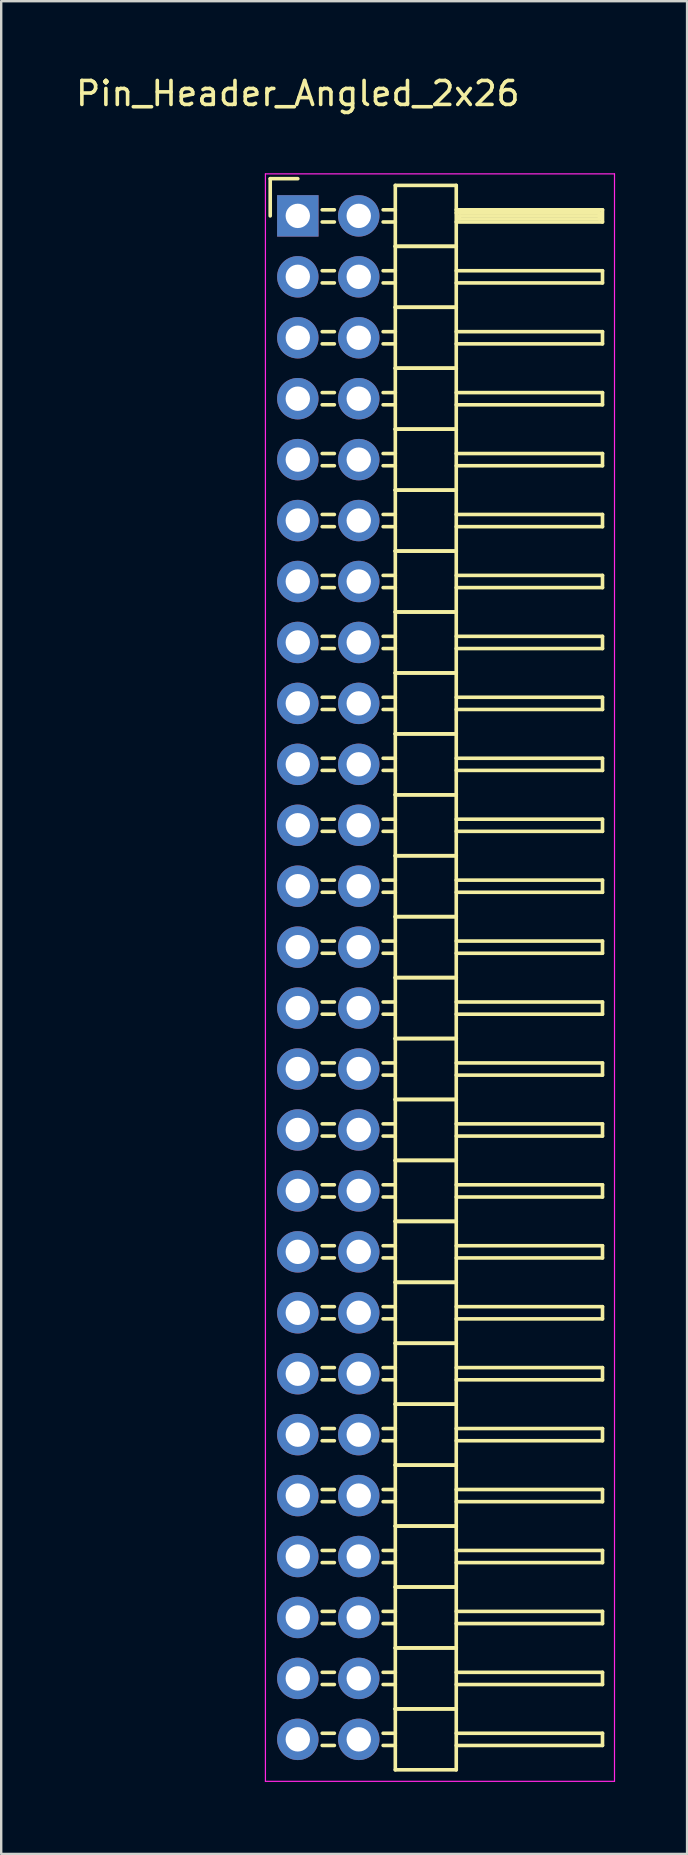
<source format=kicad_pcb>
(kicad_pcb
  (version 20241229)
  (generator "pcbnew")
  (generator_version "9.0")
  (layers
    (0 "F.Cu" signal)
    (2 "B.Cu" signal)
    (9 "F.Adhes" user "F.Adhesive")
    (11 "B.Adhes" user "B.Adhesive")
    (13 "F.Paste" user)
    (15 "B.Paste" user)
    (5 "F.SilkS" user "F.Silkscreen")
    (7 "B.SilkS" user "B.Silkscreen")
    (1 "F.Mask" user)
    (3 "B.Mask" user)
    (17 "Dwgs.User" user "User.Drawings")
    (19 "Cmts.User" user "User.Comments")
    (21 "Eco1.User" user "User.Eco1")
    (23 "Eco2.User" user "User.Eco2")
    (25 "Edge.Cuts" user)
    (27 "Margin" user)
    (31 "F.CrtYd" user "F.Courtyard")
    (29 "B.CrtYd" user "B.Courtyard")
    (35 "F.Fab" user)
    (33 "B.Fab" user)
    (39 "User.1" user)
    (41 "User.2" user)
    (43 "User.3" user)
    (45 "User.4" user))
  (footprint "Pin_Header_Angled_2x26"
    (layer "F.Cu")
    (at 9.363 5.948)
    (property "Reference" "Pin_Header_Angled_2x26" (at 0 -5.1 0) (layer "F.SilkS") (effects (font (size 1 1) (thickness 0.15))))
    (attr through_hole)
    (fp_line (start -1.15 -1.55) (end -1.15 0) (stroke (width 0.15) (type solid)) (layer "F.SilkS"))
    (fp_line (start 0 -1.55) (end -1.15 -1.55) (stroke (width 0.15) (type solid)) (layer "F.SilkS"))
    (fp_line (start 1.524 -0.254) (end 1.016 -0.254) (stroke (width 0.15) (type solid)) (layer "F.SilkS"))
    (fp_line (start 1.524 0.254) (end 1.016 0.254) (stroke (width 0.15) (type solid)) (layer "F.SilkS"))
    (fp_line (start 1.524 2.286) (end 1.016 2.286) (stroke (width 0.15) (type solid)) (layer "F.SilkS"))
    (fp_line (start 1.524 2.794) (end 1.016 2.794) (stroke (width 0.15) (type solid)) (layer "F.SilkS"))
    (fp_line (start 1.524 4.826) (end 1.016 4.826) (stroke (width 0.15) (type solid)) (layer "F.SilkS"))
    (fp_line (start 1.524 5.334) (end 1.016 5.334) (stroke (width 0.15) (type solid)) (layer "F.SilkS"))
    (fp_line (start 1.524 7.366) (end 1.016 7.366) (stroke (width 0.15) (type solid)) (layer "F.SilkS"))
    (fp_line (start 1.524 7.874) (end 1.016 7.874) (stroke (width 0.15) (type solid)) (layer "F.SilkS"))
    (fp_line (start 1.524 9.906) (end 1.016 9.906) (stroke (width 0.15) (type solid)) (layer "F.SilkS"))
    (fp_line (start 1.524 10.414) (end 1.016 10.414) (stroke (width 0.15) (type solid)) (layer "F.SilkS"))
    (fp_line (start 1.524 12.446) (end 1.016 12.446) (stroke (width 0.15) (type solid)) (layer "F.SilkS"))
    (fp_line (start 1.524 12.954) (end 1.016 12.954) (stroke (width 0.15) (type solid)) (layer "F.SilkS"))
    (fp_line (start 1.524 14.986) (end 1.016 14.986) (stroke (width 0.15) (type solid)) (layer "F.SilkS"))
    (fp_line (start 1.524 15.494) (end 1.016 15.494) (stroke (width 0.15) (type solid)) (layer "F.SilkS"))
    (fp_line (start 1.524 17.526) (end 1.016 17.526) (stroke (width 0.15) (type solid)) (layer "F.SilkS"))
    (fp_line (start 1.524 18.034) (end 1.016 18.034) (stroke (width 0.15) (type solid)) (layer "F.SilkS"))
    (fp_line (start 1.524 20.066) (end 1.016 20.066) (stroke (width 0.15) (type solid)) (layer "F.SilkS"))
    (fp_line (start 1.524 20.574) (end 1.016 20.574) (stroke (width 0.15) (type solid)) (layer "F.SilkS"))
    (fp_line (start 1.524 22.606) (end 1.016 22.606) (stroke (width 0.15) (type solid)) (layer "F.SilkS"))
    (fp_line (start 1.524 23.114) (end 1.016 23.114) (stroke (width 0.15) (type solid)) (layer "F.SilkS"))
    (fp_line (start 1.524 25.146) (end 1.016 25.146) (stroke (width 0.15) (type solid)) (layer "F.SilkS"))
    (fp_line (start 1.524 25.654) (end 1.016 25.654) (stroke (width 0.15) (type solid)) (layer "F.SilkS"))
    (fp_line (start 1.524 27.686) (end 1.016 27.686) (stroke (width 0.15) (type solid)) (layer "F.SilkS"))
    (fp_line (start 1.524 28.194) (end 1.016 28.194) (stroke (width 0.15) (type solid)) (layer "F.SilkS"))
    (fp_line (start 1.524 30.226) (end 1.016 30.226) (stroke (width 0.15) (type solid)) (layer "F.SilkS"))
    (fp_line (start 1.524 30.734) (end 1.016 30.734) (stroke (width 0.15) (type solid)) (layer "F.SilkS"))
    (fp_line (start 1.524 32.766) (end 1.016 32.766) (stroke (width 0.15) (type solid)) (layer "F.SilkS"))
    (fp_line (start 1.524 33.274) (end 1.016 33.274) (stroke (width 0.15) (type solid)) (layer "F.SilkS"))
    (fp_line (start 1.524 35.306) (end 1.016 35.306) (stroke (width 0.15) (type solid)) (layer "F.SilkS"))
    (fp_line (start 1.524 35.814) (end 1.016 35.814) (stroke (width 0.15) (type solid)) (layer "F.SilkS"))
    (fp_line (start 1.524 37.846) (end 1.016 37.846) (stroke (width 0.15) (type solid)) (layer "F.SilkS"))
    (fp_line (start 1.524 38.354) (end 1.016 38.354) (stroke (width 0.15) (type solid)) (layer "F.SilkS"))
    (fp_line (start 1.524 40.386) (end 1.016 40.386) (stroke (width 0.15) (type solid)) (layer "F.SilkS"))
    (fp_line (start 1.524 40.894) (end 1.016 40.894) (stroke (width 0.15) (type solid)) (layer "F.SilkS"))
    (fp_line (start 1.524 42.926) (end 1.016 42.926) (stroke (width 0.15) (type solid)) (layer "F.SilkS"))
    (fp_line (start 1.524 43.434) (end 1.016 43.434) (stroke (width 0.15) (type solid)) (layer "F.SilkS"))
    (fp_line (start 1.524 45.466) (end 1.016 45.466) (stroke (width 0.15) (type solid)) (layer "F.SilkS"))
    (fp_line (start 1.524 45.974) (end 1.016 45.974) (stroke (width 0.15) (type solid)) (layer "F.SilkS"))
    (fp_line (start 1.524 48.006) (end 1.016 48.006) (stroke (width 0.15) (type solid)) (layer "F.SilkS"))
    (fp_line (start 1.524 48.514) (end 1.016 48.514) (stroke (width 0.15) (type solid)) (layer "F.SilkS"))
    (fp_line (start 1.524 50.546) (end 1.016 50.546) (stroke (width 0.15) (type solid)) (layer "F.SilkS"))
    (fp_line (start 1.524 51.054) (end 1.016 51.054) (stroke (width 0.15) (type solid)) (layer "F.SilkS"))
    (fp_line (start 1.524 53.086) (end 1.016 53.086) (stroke (width 0.15) (type solid)) (layer "F.SilkS"))
    (fp_line (start 1.524 53.594) (end 1.016 53.594) (stroke (width 0.15) (type solid)) (layer "F.SilkS"))
    (fp_line (start 1.524 55.626) (end 1.016 55.626) (stroke (width 0.15) (type solid)) (layer "F.SilkS"))
    (fp_line (start 1.524 56.134) (end 1.016 56.134) (stroke (width 0.15) (type solid)) (layer "F.SilkS"))
    (fp_line (start 1.524 58.166) (end 1.016 58.166) (stroke (width 0.15) (type solid)) (layer "F.SilkS"))
    (fp_line (start 1.524 58.674) (end 1.016 58.674) (stroke (width 0.15) (type solid)) (layer "F.SilkS"))
    (fp_line (start 1.524 60.706) (end 1.016 60.706) (stroke (width 0.15) (type solid)) (layer "F.SilkS"))
    (fp_line (start 1.524 61.214) (end 1.016 61.214) (stroke (width 0.15) (type solid)) (layer "F.SilkS"))
    (fp_line (start 1.524 63.246) (end 1.016 63.246) (stroke (width 0.15) (type solid)) (layer "F.SilkS"))
    (fp_line (start 1.524 63.754) (end 1.016 63.754) (stroke (width 0.15) (type solid)) (layer "F.SilkS"))
    (fp_line (start 4.064 -1.27) (end 4.064 1.27) (stroke (width 0.15) (type solid)) (layer "F.SilkS"))
    (fp_line (start 4.064 -1.27) (end 6.604 -1.27) (stroke (width 0.15) (type solid)) (layer "F.SilkS"))
    (fp_line (start 4.064 -0.254) (end 3.556 -0.254) (stroke (width 0.15) (type solid)) (layer "F.SilkS"))
    (fp_line (start 4.064 0.254) (end 3.556 0.254) (stroke (width 0.15) (type solid)) (layer "F.SilkS"))
    (fp_line (start 4.064 1.27) (end 4.064 3.81) (stroke (width 0.15) (type solid)) (layer "F.SilkS"))
    (fp_line (start 4.064 1.27) (end 6.604 1.27) (stroke (width 0.15) (type solid)) (layer "F.SilkS"))
    (fp_line (start 4.064 1.27) (end 6.604 1.27) (stroke (width 0.15) (type solid)) (layer "F.SilkS"))
    (fp_line (start 4.064 2.286) (end 3.556 2.286) (stroke (width 0.15) (type solid)) (layer "F.SilkS"))
    (fp_line (start 4.064 2.794) (end 3.556 2.794) (stroke (width 0.15) (type solid)) (layer "F.SilkS"))
    (fp_line (start 4.064 3.81) (end 4.064 6.35) (stroke (width 0.15) (type solid)) (layer "F.SilkS"))
    (fp_line (start 4.064 3.81) (end 6.604 3.81) (stroke (width 0.15) (type solid)) (layer "F.SilkS"))
    (fp_line (start 4.064 3.81) (end 6.604 3.81) (stroke (width 0.15) (type solid)) (layer "F.SilkS"))
    (fp_line (start 4.064 4.826) (end 3.556 4.826) (stroke (width 0.15) (type solid)) (layer "F.SilkS"))
    (fp_line (start 4.064 5.334) (end 3.556 5.334) (stroke (width 0.15) (type solid)) (layer "F.SilkS"))
    (fp_line (start 4.064 6.35) (end 4.064 8.89) (stroke (width 0.15) (type solid)) (layer "F.SilkS"))
    (fp_line (start 4.064 6.35) (end 6.604 6.35) (stroke (width 0.15) (type solid)) (layer "F.SilkS"))
    (fp_line (start 4.064 6.35) (end 6.604 6.35) (stroke (width 0.15) (type solid)) (layer "F.SilkS"))
    (fp_line (start 4.064 7.366) (end 3.556 7.366) (stroke (width 0.15) (type solid)) (layer "F.SilkS"))
    (fp_line (start 4.064 7.874) (end 3.556 7.874) (stroke (width 0.15) (type solid)) (layer "F.SilkS"))
    (fp_line (start 4.064 8.89) (end 4.064 11.43) (stroke (width 0.15) (type solid)) (layer "F.SilkS"))
    (fp_line (start 4.064 8.89) (end 6.604 8.89) (stroke (width 0.15) (type solid)) (layer "F.SilkS"))
    (fp_line (start 4.064 8.89) (end 6.604 8.89) (stroke (width 0.15) (type solid)) (layer "F.SilkS"))
    (fp_line (start 4.064 9.906) (end 3.556 9.906) (stroke (width 0.15) (type solid)) (layer "F.SilkS"))
    (fp_line (start 4.064 10.414) (end 3.556 10.414) (stroke (width 0.15) (type solid)) (layer "F.SilkS"))
    (fp_line (start 4.064 11.43) (end 4.064 13.97) (stroke (width 0.15) (type solid)) (layer "F.SilkS"))
    (fp_line (start 4.064 11.43) (end 6.604 11.43) (stroke (width 0.15) (type solid)) (layer "F.SilkS"))
    (fp_line (start 4.064 11.43) (end 6.604 11.43) (stroke (width 0.15) (type solid)) (layer "F.SilkS"))
    (fp_line (start 4.064 12.446) (end 3.556 12.446) (stroke (width 0.15) (type solid)) (layer "F.SilkS"))
    (fp_line (start 4.064 12.954) (end 3.556 12.954) (stroke (width 0.15) (type solid)) (layer "F.SilkS"))
    (fp_line (start 4.064 13.97) (end 4.064 16.51) (stroke (width 0.15) (type solid)) (layer "F.SilkS"))
    (fp_line (start 4.064 13.97) (end 6.604 13.97) (stroke (width 0.15) (type solid)) (layer "F.SilkS"))
    (fp_line (start 4.064 13.97) (end 6.604 13.97) (stroke (width 0.15) (type solid)) (layer "F.SilkS"))
    (fp_line (start 4.064 14.986) (end 3.556 14.986) (stroke (width 0.15) (type solid)) (layer "F.SilkS"))
    (fp_line (start 4.064 15.494) (end 3.556 15.494) (stroke (width 0.15) (type solid)) (layer "F.SilkS"))
    (fp_line (start 4.064 16.51) (end 4.064 19.05) (stroke (width 0.15) (type solid)) (layer "F.SilkS"))
    (fp_line (start 4.064 16.51) (end 6.604 16.51) (stroke (width 0.15) (type solid)) (layer "F.SilkS"))
    (fp_line (start 4.064 16.51) (end 6.604 16.51) (stroke (width 0.15) (type solid)) (layer "F.SilkS"))
    (fp_line (start 4.064 17.526) (end 3.556 17.526) (stroke (width 0.15) (type solid)) (layer "F.SilkS"))
    (fp_line (start 4.064 18.034) (end 3.556 18.034) (stroke (width 0.15) (type solid)) (layer "F.SilkS"))
    (fp_line (start 4.064 19.05) (end 4.064 21.59) (stroke (width 0.15) (type solid)) (layer "F.SilkS"))
    (fp_line (start 4.064 19.05) (end 6.604 19.05) (stroke (width 0.15) (type solid)) (layer "F.SilkS"))
    (fp_line (start 4.064 19.05) (end 6.604 19.05) (stroke (width 0.15) (type solid)) (layer "F.SilkS"))
    (fp_line (start 4.064 20.066) (end 3.556 20.066) (stroke (width 0.15) (type solid)) (layer "F.SilkS"))
    (fp_line (start 4.064 20.574) (end 3.556 20.574) (stroke (width 0.15) (type solid)) (layer "F.SilkS"))
    (fp_line (start 4.064 21.59) (end 4.064 24.13) (stroke (width 0.15) (type solid)) (layer "F.SilkS"))
    (fp_line (start 4.064 21.59) (end 6.604 21.59) (stroke (width 0.15) (type solid)) (layer "F.SilkS"))
    (fp_line (start 4.064 21.59) (end 6.604 21.59) (stroke (width 0.15) (type solid)) (layer "F.SilkS"))
    (fp_line (start 4.064 22.606) (end 3.556 22.606) (stroke (width 0.15) (type solid)) (layer "F.SilkS"))
    (fp_line (start 4.064 23.114) (end 3.556 23.114) (stroke (width 0.15) (type solid)) (layer "F.SilkS"))
    (fp_line (start 4.064 24.13) (end 4.064 26.67) (stroke (width 0.15) (type solid)) (layer "F.SilkS"))
    (fp_line (start 4.064 24.13) (end 6.604 24.13) (stroke (width 0.15) (type solid)) (layer "F.SilkS"))
    (fp_line (start 4.064 24.13) (end 6.604 24.13) (stroke (width 0.15) (type solid)) (layer "F.SilkS"))
    (fp_line (start 4.064 25.146) (end 3.556 25.146) (stroke (width 0.15) (type solid)) (layer "F.SilkS"))
    (fp_line (start 4.064 25.654) (end 3.556 25.654) (stroke (width 0.15) (type solid)) (layer "F.SilkS"))
    (fp_line (start 4.064 26.67) (end 4.064 29.21) (stroke (width 0.15) (type solid)) (layer "F.SilkS"))
    (fp_line (start 4.064 26.67) (end 6.604 26.67) (stroke (width 0.15) (type solid)) (layer "F.SilkS"))
    (fp_line (start 4.064 26.67) (end 6.604 26.67) (stroke (width 0.15) (type solid)) (layer "F.SilkS"))
    (fp_line (start 4.064 27.686) (end 3.556 27.686) (stroke (width 0.15) (type solid)) (layer "F.SilkS"))
    (fp_line (start 4.064 28.194) (end 3.556 28.194) (stroke (width 0.15) (type solid)) (layer "F.SilkS"))
    (fp_line (start 4.064 29.21) (end 4.064 31.75) (stroke (width 0.15) (type solid)) (layer "F.SilkS"))
    (fp_line (start 4.064 29.21) (end 6.604 29.21) (stroke (width 0.15) (type solid)) (layer "F.SilkS"))
    (fp_line (start 4.064 29.21) (end 6.604 29.21) (stroke (width 0.15) (type solid)) (layer "F.SilkS"))
    (fp_line (start 4.064 30.226) (end 3.556 30.226) (stroke (width 0.15) (type solid)) (layer "F.SilkS"))
    (fp_line (start 4.064 30.734) (end 3.556 30.734) (stroke (width 0.15) (type solid)) (layer "F.SilkS"))
    (fp_line (start 4.064 31.75) (end 4.064 34.29) (stroke (width 0.15) (type solid)) (layer "F.SilkS"))
    (fp_line (start 4.064 31.75) (end 6.604 31.75) (stroke (width 0.15) (type solid)) (layer "F.SilkS"))
    (fp_line (start 4.064 31.75) (end 6.604 31.75) (stroke (width 0.15) (type solid)) (layer "F.SilkS"))
    (fp_line (start 4.064 32.766) (end 3.556 32.766) (stroke (width 0.15) (type solid)) (layer "F.SilkS"))
    (fp_line (start 4.064 33.274) (end 3.556 33.274) (stroke (width 0.15) (type solid)) (layer "F.SilkS"))
    (fp_line (start 4.064 34.29) (end 4.064 36.83) (stroke (width 0.15) (type solid)) (layer "F.SilkS"))
    (fp_line (start 4.064 34.29) (end 6.604 34.29) (stroke (width 0.15) (type solid)) (layer "F.SilkS"))
    (fp_line (start 4.064 34.29) (end 6.604 34.29) (stroke (width 0.15) (type solid)) (layer "F.SilkS"))
    (fp_line (start 4.064 35.306) (end 3.556 35.306) (stroke (width 0.15) (type solid)) (layer "F.SilkS"))
    (fp_line (start 4.064 35.814) (end 3.556 35.814) (stroke (width 0.15) (type solid)) (layer "F.SilkS"))
    (fp_line (start 4.064 36.83) (end 4.064 39.37) (stroke (width 0.15) (type solid)) (layer "F.SilkS"))
    (fp_line (start 4.064 36.83) (end 6.604 36.83) (stroke (width 0.15) (type solid)) (layer "F.SilkS"))
    (fp_line (start 4.064 36.83) (end 6.604 36.83) (stroke (width 0.15) (type solid)) (layer "F.SilkS"))
    (fp_line (start 4.064 37.846) (end 3.556 37.846) (stroke (width 0.15) (type solid)) (layer "F.SilkS"))
    (fp_line (start 4.064 38.354) (end 3.556 38.354) (stroke (width 0.15) (type solid)) (layer "F.SilkS"))
    (fp_line (start 4.064 39.37) (end 4.064 41.91) (stroke (width 0.15) (type solid)) (layer "F.SilkS"))
    (fp_line (start 4.064 39.37) (end 6.604 39.37) (stroke (width 0.15) (type solid)) (layer "F.SilkS"))
    (fp_line (start 4.064 39.37) (end 6.604 39.37) (stroke (width 0.15) (type solid)) (layer "F.SilkS"))
    (fp_line (start 4.064 40.386) (end 3.556 40.386) (stroke (width 0.15) (type solid)) (layer "F.SilkS"))
    (fp_line (start 4.064 40.894) (end 3.556 40.894) (stroke (width 0.15) (type solid)) (layer "F.SilkS"))
    (fp_line (start 4.064 41.91) (end 4.064 44.45) (stroke (width 0.15) (type solid)) (layer "F.SilkS"))
    (fp_line (start 4.064 41.91) (end 6.604 41.91) (stroke (width 0.15) (type solid)) (layer "F.SilkS"))
    (fp_line (start 4.064 41.91) (end 6.604 41.91) (stroke (width 0.15) (type solid)) (layer "F.SilkS"))
    (fp_line (start 4.064 42.926) (end 3.556 42.926) (stroke (width 0.15) (type solid)) (layer "F.SilkS"))
    (fp_line (start 4.064 43.434) (end 3.556 43.434) (stroke (width 0.15) (type solid)) (layer "F.SilkS"))
    (fp_line (start 4.064 44.45) (end 4.064 46.99) (stroke (width 0.15) (type solid)) (layer "F.SilkS"))
    (fp_line (start 4.064 44.45) (end 6.604 44.45) (stroke (width 0.15) (type solid)) (layer "F.SilkS"))
    (fp_line (start 4.064 44.45) (end 6.604 44.45) (stroke (width 0.15) (type solid)) (layer "F.SilkS"))
    (fp_line (start 4.064 45.466) (end 3.556 45.466) (stroke (width 0.15) (type solid)) (layer "F.SilkS"))
    (fp_line (start 4.064 45.974) (end 3.556 45.974) (stroke (width 0.15) (type solid)) (layer "F.SilkS"))
    (fp_line (start 4.064 46.99) (end 4.064 49.53) (stroke (width 0.15) (type solid)) (layer "F.SilkS"))
    (fp_line (start 4.064 46.99) (end 6.604 46.99) (stroke (width 0.15) (type solid)) (layer "F.SilkS"))
    (fp_line (start 4.064 46.99) (end 6.604 46.99) (stroke (width 0.15) (type solid)) (layer "F.SilkS"))
    (fp_line (start 4.064 48.006) (end 3.556 48.006) (stroke (width 0.15) (type solid)) (layer "F.SilkS"))
    (fp_line (start 4.064 48.514) (end 3.556 48.514) (stroke (width 0.15) (type solid)) (layer "F.SilkS"))
    (fp_line (start 4.064 49.53) (end 4.064 52.07) (stroke (width 0.15) (type solid)) (layer "F.SilkS"))
    (fp_line (start 4.064 49.53) (end 6.604 49.53) (stroke (width 0.15) (type solid)) (layer "F.SilkS"))
    (fp_line (start 4.064 49.53) (end 6.604 49.53) (stroke (width 0.15) (type solid)) (layer "F.SilkS"))
    (fp_line (start 4.064 50.546) (end 3.556 50.546) (stroke (width 0.15) (type solid)) (layer "F.SilkS"))
    (fp_line (start 4.064 51.054) (end 3.556 51.054) (stroke (width 0.15) (type solid)) (layer "F.SilkS"))
    (fp_line (start 4.064 52.07) (end 4.064 54.61) (stroke (width 0.15) (type solid)) (layer "F.SilkS"))
    (fp_line (start 4.064 52.07) (end 6.604 52.07) (stroke (width 0.15) (type solid)) (layer "F.SilkS"))
    (fp_line (start 4.064 52.07) (end 6.604 52.07) (stroke (width 0.15) (type solid)) (layer "F.SilkS"))
    (fp_line (start 4.064 53.086) (end 3.556 53.086) (stroke (width 0.15) (type solid)) (layer "F.SilkS"))
    (fp_line (start 4.064 53.594) (end 3.556 53.594) (stroke (width 0.15) (type solid)) (layer "F.SilkS"))
    (fp_line (start 4.064 54.61) (end 4.064 57.15) (stroke (width 0.15) (type solid)) (layer "F.SilkS"))
    (fp_line (start 4.064 54.61) (end 6.604 54.61) (stroke (width 0.15) (type solid)) (layer "F.SilkS"))
    (fp_line (start 4.064 54.61) (end 6.604 54.61) (stroke (width 0.15) (type solid)) (layer "F.SilkS"))
    (fp_line (start 4.064 55.626) (end 3.556 55.626) (stroke (width 0.15) (type solid)) (layer "F.SilkS"))
    (fp_line (start 4.064 56.134) (end 3.556 56.134) (stroke (width 0.15) (type solid)) (layer "F.SilkS"))
    (fp_line (start 4.064 57.15) (end 4.064 59.69) (stroke (width 0.15) (type solid)) (layer "F.SilkS"))
    (fp_line (start 4.064 57.15) (end 6.604 57.15) (stroke (width 0.15) (type solid)) (layer "F.SilkS"))
    (fp_line (start 4.064 57.15) (end 6.604 57.15) (stroke (width 0.15) (type solid)) (layer "F.SilkS"))
    (fp_line (start 4.064 58.166) (end 3.556 58.166) (stroke (width 0.15) (type solid)) (layer "F.SilkS"))
    (fp_line (start 4.064 58.674) (end 3.556 58.674) (stroke (width 0.15) (type solid)) (layer "F.SilkS"))
    (fp_line (start 4.064 59.69) (end 4.064 62.23) (stroke (width 0.15) (type solid)) (layer "F.SilkS"))
    (fp_line (start 4.064 59.69) (end 6.604 59.69) (stroke (width 0.15) (type solid)) (layer "F.SilkS"))
    (fp_line (start 4.064 59.69) (end 6.604 59.69) (stroke (width 0.15) (type solid)) (layer "F.SilkS"))
    (fp_line (start 4.064 60.706) (end 3.556 60.706) (stroke (width 0.15) (type solid)) (layer "F.SilkS"))
    (fp_line (start 4.064 61.214) (end 3.556 61.214) (stroke (width 0.15) (type solid)) (layer "F.SilkS"))
    (fp_line (start 4.064 62.23) (end 4.064 64.77) (stroke (width 0.15) (type solid)) (layer "F.SilkS"))
    (fp_line (start 4.064 62.23) (end 6.604 62.23) (stroke (width 0.15) (type solid)) (layer "F.SilkS"))
    (fp_line (start 4.064 62.23) (end 6.604 62.23) (stroke (width 0.15) (type solid)) (layer "F.SilkS"))
    (fp_line (start 4.064 63.246) (end 3.556 63.246) (stroke (width 0.15) (type solid)) (layer "F.SilkS"))
    (fp_line (start 4.064 63.754) (end 3.556 63.754) (stroke (width 0.15) (type solid)) (layer "F.SilkS"))
    (fp_line (start 4.064 64.77) (end 6.604 64.77) (stroke (width 0.15) (type solid)) (layer "F.SilkS"))
    (fp_line (start 6.604 -0.254) (end 12.7 -0.254) (stroke (width 0.15) (type solid)) (layer "F.SilkS"))
    (fp_line (start 6.604 -0.127) (end 12.573 -0.127) (stroke (width 0.15) (type solid)) (layer "F.SilkS"))
    (fp_line (start 6.604 1.27) (end 6.604 -1.27) (stroke (width 0.15) (type solid)) (layer "F.SilkS"))
    (fp_line (start 6.604 2.286) (end 12.7 2.286) (stroke (width 0.15) (type solid)) (layer "F.SilkS"))
    (fp_line (start 6.604 3.81) (end 6.604 1.27) (stroke (width 0.15) (type solid)) (layer "F.SilkS"))
    (fp_line (start 6.604 4.826) (end 12.7 4.826) (stroke (width 0.15) (type solid)) (layer "F.SilkS"))
    (fp_line (start 6.604 6.35) (end 6.604 3.81) (stroke (width 0.15) (type solid)) (layer "F.SilkS"))
    (fp_line (start 6.604 7.366) (end 12.7 7.366) (stroke (width 0.15) (type solid)) (layer "F.SilkS"))
    (fp_line (start 6.604 8.89) (end 6.604 6.35) (stroke (width 0.15) (type solid)) (layer "F.SilkS"))
    (fp_line (start 6.604 9.906) (end 12.7 9.906) (stroke (width 0.15) (type solid)) (layer "F.SilkS"))
    (fp_line (start 6.604 11.43) (end 6.604 8.89) (stroke (width 0.15) (type solid)) (layer "F.SilkS"))
    (fp_line (start 6.604 12.446) (end 12.7 12.446) (stroke (width 0.15) (type solid)) (layer "F.SilkS"))
    (fp_line (start 6.604 13.97) (end 6.604 11.43) (stroke (width 0.15) (type solid)) (layer "F.SilkS"))
    (fp_line (start 6.604 14.986) (end 12.7 14.986) (stroke (width 0.15) (type solid)) (layer "F.SilkS"))
    (fp_line (start 6.604 16.51) (end 6.604 13.97) (stroke (width 0.15) (type solid)) (layer "F.SilkS"))
    (fp_line (start 6.604 17.526) (end 12.7 17.526) (stroke (width 0.15) (type solid)) (layer "F.SilkS"))
    (fp_line (start 6.604 19.05) (end 6.604 16.51) (stroke (width 0.15) (type solid)) (layer "F.SilkS"))
    (fp_line (start 6.604 20.066) (end 12.7 20.066) (stroke (width 0.15) (type solid)) (layer "F.SilkS"))
    (fp_line (start 6.604 21.59) (end 6.604 19.05) (stroke (width 0.15) (type solid)) (layer "F.SilkS"))
    (fp_line (start 6.604 22.606) (end 12.7 22.606) (stroke (width 0.15) (type solid)) (layer "F.SilkS"))
    (fp_line (start 6.604 24.13) (end 6.604 21.59) (stroke (width 0.15) (type solid)) (layer "F.SilkS"))
    (fp_line (start 6.604 25.146) (end 12.7 25.146) (stroke (width 0.15) (type solid)) (layer "F.SilkS"))
    (fp_line (start 6.604 26.67) (end 6.604 24.13) (stroke (width 0.15) (type solid)) (layer "F.SilkS"))
    (fp_line (start 6.604 27.686) (end 12.7 27.686) (stroke (width 0.15) (type solid)) (layer "F.SilkS"))
    (fp_line (start 6.604 29.21) (end 6.604 26.67) (stroke (width 0.15) (type solid)) (layer "F.SilkS"))
    (fp_line (start 6.604 30.226) (end 12.7 30.226) (stroke (width 0.15) (type solid)) (layer "F.SilkS"))
    (fp_line (start 6.604 31.75) (end 6.604 29.21) (stroke (width 0.15) (type solid)) (layer "F.SilkS"))
    (fp_line (start 6.604 32.766) (end 12.7 32.766) (stroke (width 0.15) (type solid)) (layer "F.SilkS"))
    (fp_line (start 6.604 34.29) (end 6.604 31.75) (stroke (width 0.15) (type solid)) (layer "F.SilkS"))
    (fp_line (start 6.604 35.306) (end 12.7 35.306) (stroke (width 0.15) (type solid)) (layer "F.SilkS"))
    (fp_line (start 6.604 36.83) (end 6.604 34.29) (stroke (width 0.15) (type solid)) (layer "F.SilkS"))
    (fp_line (start 6.604 37.846) (end 12.7 37.846) (stroke (width 0.15) (type solid)) (layer "F.SilkS"))
    (fp_line (start 6.604 39.37) (end 6.604 36.83) (stroke (width 0.15) (type solid)) (layer "F.SilkS"))
    (fp_line (start 6.604 40.386) (end 12.7 40.386) (stroke (width 0.15) (type solid)) (layer "F.SilkS"))
    (fp_line (start 6.604 41.91) (end 6.604 39.37) (stroke (width 0.15) (type solid)) (layer "F.SilkS"))
    (fp_line (start 6.604 42.926) (end 12.7 42.926) (stroke (width 0.15) (type solid)) (layer "F.SilkS"))
    (fp_line (start 6.604 44.45) (end 6.604 41.91) (stroke (width 0.15) (type solid)) (layer "F.SilkS"))
    (fp_line (start 6.604 45.466) (end 12.7 45.466) (stroke (width 0.15) (type solid)) (layer "F.SilkS"))
    (fp_line (start 6.604 46.99) (end 6.604 44.45) (stroke (width 0.15) (type solid)) (layer "F.SilkS"))
    (fp_line (start 6.604 48.006) (end 12.7 48.006) (stroke (width 0.15) (type solid)) (layer "F.SilkS"))
    (fp_line (start 6.604 49.53) (end 6.604 46.99) (stroke (width 0.15) (type solid)) (layer "F.SilkS"))
    (fp_line (start 6.604 50.546) (end 12.7 50.546) (stroke (width 0.15) (type solid)) (layer "F.SilkS"))
    (fp_line (start 6.604 52.07) (end 6.604 49.53) (stroke (width 0.15) (type solid)) (layer "F.SilkS"))
    (fp_line (start 6.604 53.086) (end 12.7 53.086) (stroke (width 0.15) (type solid)) (layer "F.SilkS"))
    (fp_line (start 6.604 54.61) (end 6.604 52.07) (stroke (width 0.15) (type solid)) (layer "F.SilkS"))
    (fp_line (start 6.604 55.626) (end 12.7 55.626) (stroke (width 0.15) (type solid)) (layer "F.SilkS"))
    (fp_line (start 6.604 57.15) (end 6.604 54.61) (stroke (width 0.15) (type solid)) (layer "F.SilkS"))
    (fp_line (start 6.604 58.166) (end 12.7 58.166) (stroke (width 0.15) (type solid)) (layer "F.SilkS"))
    (fp_line (start 6.604 59.69) (end 6.604 57.15) (stroke (width 0.15) (type solid)) (layer "F.SilkS"))
    (fp_line (start 6.604 60.706) (end 12.7 60.706) (stroke (width 0.15) (type solid)) (layer "F.SilkS"))
    (fp_line (start 6.604 62.23) (end 6.604 59.69) (stroke (width 0.15) (type solid)) (layer "F.SilkS"))
    (fp_line (start 6.604 63.246) (end 12.7 63.246) (stroke (width 0.15) (type solid)) (layer "F.SilkS"))
    (fp_line (start 6.604 64.77) (end 6.604 62.23) (stroke (width 0.15) (type solid)) (layer "F.SilkS"))
    (fp_line (start 6.731 0) (end 12.573 0) (stroke (width 0.15) (type solid)) (layer "F.SilkS"))
    (fp_line (start 6.731 0.127) (end 6.731 0) (stroke (width 0.15) (type solid)) (layer "F.SilkS"))
    (fp_line (start 12.573 -0.127) (end 12.573 0.127) (stroke (width 0.15) (type solid)) (layer "F.SilkS"))
    (fp_line (start 12.573 0.127) (end 6.731 0.127) (stroke (width 0.15) (type solid)) (layer "F.SilkS"))
    (fp_line (start 12.7 -0.254) (end 12.7 0.254) (stroke (width 0.15) (type solid)) (layer "F.SilkS"))
    (fp_line (start 12.7 0.254) (end 6.604 0.254) (stroke (width 0.15) (type solid)) (layer "F.SilkS"))
    (fp_line (start 12.7 2.286) (end 12.7 2.794) (stroke (width 0.15) (type solid)) (layer "F.SilkS"))
    (fp_line (start 12.7 2.794) (end 6.604 2.794) (stroke (width 0.15) (type solid)) (layer "F.SilkS"))
    (fp_line (start 12.7 4.826) (end 12.7 5.334) (stroke (width 0.15) (type solid)) (layer "F.SilkS"))
    (fp_line (start 12.7 5.334) (end 6.604 5.334) (stroke (width 0.15) (type solid)) (layer "F.SilkS"))
    (fp_line (start 12.7 7.366) (end 12.7 7.874) (stroke (width 0.15) (type solid)) (layer "F.SilkS"))
    (fp_line (start 12.7 7.874) (end 6.604 7.874) (stroke (width 0.15) (type solid)) (layer "F.SilkS"))
    (fp_line (start 12.7 9.906) (end 12.7 10.414) (stroke (width 0.15) (type solid)) (layer "F.SilkS"))
    (fp_line (start 12.7 10.414) (end 6.604 10.414) (stroke (width 0.15) (type solid)) (layer "F.SilkS"))
    (fp_line (start 12.7 12.446) (end 12.7 12.954) (stroke (width 0.15) (type solid)) (layer "F.SilkS"))
    (fp_line (start 12.7 12.954) (end 6.604 12.954) (stroke (width 0.15) (type solid)) (layer "F.SilkS"))
    (fp_line (start 12.7 14.986) (end 12.7 15.494) (stroke (width 0.15) (type solid)) (layer "F.SilkS"))
    (fp_line (start 12.7 15.494) (end 6.604 15.494) (stroke (width 0.15) (type solid)) (layer "F.SilkS"))
    (fp_line (start 12.7 17.526) (end 12.7 18.034) (stroke (width 0.15) (type solid)) (layer "F.SilkS"))
    (fp_line (start 12.7 18.034) (end 6.604 18.034) (stroke (width 0.15) (type solid)) (layer "F.SilkS"))
    (fp_line (start 12.7 20.066) (end 12.7 20.574) (stroke (width 0.15) (type solid)) (layer "F.SilkS"))
    (fp_line (start 12.7 20.574) (end 6.604 20.574) (stroke (width 0.15) (type solid)) (layer "F.SilkS"))
    (fp_line (start 12.7 22.606) (end 12.7 23.114) (stroke (width 0.15) (type solid)) (layer "F.SilkS"))
    (fp_line (start 12.7 23.114) (end 6.604 23.114) (stroke (width 0.15) (type solid)) (layer "F.SilkS"))
    (fp_line (start 12.7 25.146) (end 12.7 25.654) (stroke (width 0.15) (type solid)) (layer "F.SilkS"))
    (fp_line (start 12.7 25.654) (end 6.604 25.654) (stroke (width 0.15) (type solid)) (layer "F.SilkS"))
    (fp_line (start 12.7 27.686) (end 12.7 28.194) (stroke (width 0.15) (type solid)) (layer "F.SilkS"))
    (fp_line (start 12.7 28.194) (end 6.604 28.194) (stroke (width 0.15) (type solid)) (layer "F.SilkS"))
    (fp_line (start 12.7 30.226) (end 12.7 30.734) (stroke (width 0.15) (type solid)) (layer "F.SilkS"))
    (fp_line (start 12.7 30.734) (end 6.604 30.734) (stroke (width 0.15) (type solid)) (layer "F.SilkS"))
    (fp_line (start 12.7 32.766) (end 12.7 33.274) (stroke (width 0.15) (type solid)) (layer "F.SilkS"))
    (fp_line (start 12.7 33.274) (end 6.604 33.274) (stroke (width 0.15) (type solid)) (layer "F.SilkS"))
    (fp_line (start 12.7 35.306) (end 12.7 35.814) (stroke (width 0.15) (type solid)) (layer "F.SilkS"))
    (fp_line (start 12.7 35.814) (end 6.604 35.814) (stroke (width 0.15) (type solid)) (layer "F.SilkS"))
    (fp_line (start 12.7 37.846) (end 12.7 38.354) (stroke (width 0.15) (type solid)) (layer "F.SilkS"))
    (fp_line (start 12.7 38.354) (end 6.604 38.354) (stroke (width 0.15) (type solid)) (layer "F.SilkS"))
    (fp_line (start 12.7 40.386) (end 12.7 40.894) (stroke (width 0.15) (type solid)) (layer "F.SilkS"))
    (fp_line (start 12.7 40.894) (end 6.604 40.894) (stroke (width 0.15) (type solid)) (layer "F.SilkS"))
    (fp_line (start 12.7 42.926) (end 12.7 43.434) (stroke (width 0.15) (type solid)) (layer "F.SilkS"))
    (fp_line (start 12.7 43.434) (end 6.604 43.434) (stroke (width 0.15) (type solid)) (layer "F.SilkS"))
    (fp_line (start 12.7 45.466) (end 12.7 45.974) (stroke (width 0.15) (type solid)) (layer "F.SilkS"))
    (fp_line (start 12.7 45.974) (end 6.604 45.974) (stroke (width 0.15) (type solid)) (layer "F.SilkS"))
    (fp_line (start 12.7 48.006) (end 12.7 48.514) (stroke (width 0.15) (type solid)) (layer "F.SilkS"))
    (fp_line (start 12.7 48.514) (end 6.604 48.514) (stroke (width 0.15) (type solid)) (layer "F.SilkS"))
    (fp_line (start 12.7 50.546) (end 12.7 51.054) (stroke (width 0.15) (type solid)) (layer "F.SilkS"))
    (fp_line (start 12.7 51.054) (end 6.604 51.054) (stroke (width 0.15) (type solid)) (layer "F.SilkS"))
    (fp_line (start 12.7 53.086) (end 12.7 53.594) (stroke (width 0.15) (type solid)) (layer "F.SilkS"))
    (fp_line (start 12.7 53.594) (end 6.604 53.594) (stroke (width 0.15) (type solid)) (layer "F.SilkS"))
    (fp_line (start 12.7 55.626) (end 12.7 56.134) (stroke (width 0.15) (type solid)) (layer "F.SilkS"))
    (fp_line (start 12.7 56.134) (end 6.604 56.134) (stroke (width 0.15) (type solid)) (layer "F.SilkS"))
    (fp_line (start 12.7 58.166) (end 12.7 58.674) (stroke (width 0.15) (type solid)) (layer "F.SilkS"))
    (fp_line (start 12.7 58.674) (end 6.604 58.674) (stroke (width 0.15) (type solid)) (layer "F.SilkS"))
    (fp_line (start 12.7 60.706) (end 12.7 61.214) (stroke (width 0.15) (type solid)) (layer "F.SilkS"))
    (fp_line (start 12.7 61.214) (end 6.604 61.214) (stroke (width 0.15) (type solid)) (layer "F.SilkS"))
    (fp_line (start 12.7 63.246) (end 12.7 63.754) (stroke (width 0.15) (type solid)) (layer "F.SilkS"))
    (fp_line (start 12.7 63.754) (end 6.604 63.754) (stroke (width 0.15) (type solid)) (layer "F.SilkS"))
    (fp_line (start -1.35 -1.75) (end -1.35 65.25) (stroke (width 0.05) (type solid)) (layer "F.CrtYd"))
    (fp_line (start -1.35 -1.75) (end 13.2 -1.75) (stroke (width 0.05) (type solid)) (layer "F.CrtYd"))
    (fp_line (start -1.35 65.25) (end 13.2 65.25) (stroke (width 0.05) (type solid)) (layer "F.CrtYd"))
    (fp_line (start 13.2 -1.75) (end 13.2 65.25) (stroke (width 0.05) (type solid)) (layer "F.CrtYd"))
    (pad "1" thru_hole rect (at 0 0) (size 1.727 1.727) (drill 1.016) (layers "*.Cu" "*.Mask"))
    (pad "2" thru_hole oval (at 2.54 0) (size 1.727 1.727) (drill 1.016) (layers "*.Cu" "*.Mask"))
    (pad "3" thru_hole oval (at 0 2.54) (size 1.727 1.727) (drill 1.016) (layers "*.Cu" "*.Mask"))
    (pad "4" thru_hole oval (at 2.54 2.54) (size 1.727 1.727) (drill 1.016) (layers "*.Cu" "*.Mask"))
    (pad "5" thru_hole oval (at 0 5.08) (size 1.727 1.727) (drill 1.016) (layers "*.Cu" "*.Mask"))
    (pad "6" thru_hole oval (at 2.54 5.08) (size 1.727 1.727) (drill 1.016) (layers "*.Cu" "*.Mask"))
    (pad "7" thru_hole oval (at 0 7.62) (size 1.727 1.727) (drill 1.016) (layers "*.Cu" "*.Mask"))
    (pad "8" thru_hole oval (at 2.54 7.62) (size 1.727 1.727) (drill 1.016) (layers "*.Cu" "*.Mask"))
    (pad "9" thru_hole oval (at 0 10.16) (size 1.727 1.727) (drill 1.016) (layers "*.Cu" "*.Mask"))
    (pad "10" thru_hole oval (at 2.54 10.16) (size 1.727 1.727) (drill 1.016) (layers "*.Cu" "*.Mask"))
    (pad "11" thru_hole oval (at 0 12.7) (size 1.727 1.727) (drill 1.016) (layers "*.Cu" "*.Mask"))
    (pad "12" thru_hole oval (at 2.54 12.7) (size 1.727 1.727) (drill 1.016) (layers "*.Cu" "*.Mask"))
    (pad "13" thru_hole oval (at 0 15.24) (size 1.727 1.727) (drill 1.016) (layers "*.Cu" "*.Mask"))
    (pad "14" thru_hole oval (at 2.54 15.24) (size 1.727 1.727) (drill 1.016) (layers "*.Cu" "*.Mask"))
    (pad "15" thru_hole oval (at 0 17.78) (size 1.727 1.727) (drill 1.016) (layers "*.Cu" "*.Mask"))
    (pad "16" thru_hole oval (at 2.54 17.78) (size 1.727 1.727) (drill 1.016) (layers "*.Cu" "*.Mask"))
    (pad "17" thru_hole oval (at 0 20.32) (size 1.727 1.727) (drill 1.016) (layers "*.Cu" "*.Mask"))
    (pad "18" thru_hole oval (at 2.54 20.32) (size 1.727 1.727) (drill 1.016) (layers "*.Cu" "*.Mask"))
    (pad "19" thru_hole oval (at 0 22.86) (size 1.727 1.727) (drill 1.016) (layers "*.Cu" "*.Mask"))
    (pad "20" thru_hole oval (at 2.54 22.86) (size 1.727 1.727) (drill 1.016) (layers "*.Cu" "*.Mask"))
    (pad "21" thru_hole oval (at 0 25.4) (size 1.727 1.727) (drill 1.016) (layers "*.Cu" "*.Mask"))
    (pad "22" thru_hole oval (at 2.54 25.4) (size 1.727 1.727) (drill 1.016) (layers "*.Cu" "*.Mask"))
    (pad "23" thru_hole oval (at 0 27.94) (size 1.727 1.727) (drill 1.016) (layers "*.Cu" "*.Mask"))
    (pad "24" thru_hole oval (at 2.54 27.94) (size 1.727 1.727) (drill 1.016) (layers "*.Cu" "*.Mask"))
    (pad "25" thru_hole oval (at 0 30.48) (size 1.727 1.727) (drill 1.016) (layers "*.Cu" "*.Mask"))
    (pad "26" thru_hole oval (at 2.54 30.48) (size 1.727 1.727) (drill 1.016) (layers "*.Cu" "*.Mask"))
    (pad "27" thru_hole oval (at 0 33.02) (size 1.727 1.727) (drill 1.016) (layers "*.Cu" "*.Mask"))
    (pad "28" thru_hole oval (at 2.54 33.02) (size 1.727 1.727) (drill 1.016) (layers "*.Cu" "*.Mask"))
    (pad "29" thru_hole oval (at 0 35.56) (size 1.727 1.727) (drill 1.016) (layers "*.Cu" "*.Mask"))
    (pad "30" thru_hole oval (at 2.54 35.56) (size 1.727 1.727) (drill 1.016) (layers "*.Cu" "*.Mask"))
    (pad "31" thru_hole oval (at 0 38.1) (size 1.727 1.727) (drill 1.016) (layers "*.Cu" "*.Mask"))
    (pad "32" thru_hole oval (at 2.54 38.1) (size 1.727 1.727) (drill 1.016) (layers "*.Cu" "*.Mask"))
    (pad "33" thru_hole oval (at 0 40.64) (size 1.727 1.727) (drill 1.016) (layers "*.Cu" "*.Mask"))
    (pad "34" thru_hole oval (at 2.54 40.64) (size 1.727 1.727) (drill 1.016) (layers "*.Cu" "*.Mask"))
    (pad "35" thru_hole oval (at 0 43.18) (size 1.727 1.727) (drill 1.016) (layers "*.Cu" "*.Mask"))
    (pad "36" thru_hole oval (at 2.54 43.18) (size 1.727 1.727) (drill 1.016) (layers "*.Cu" "*.Mask"))
    (pad "37" thru_hole oval (at 0 45.72) (size 1.727 1.727) (drill 1.016) (layers "*.Cu" "*.Mask"))
    (pad "38" thru_hole oval (at 2.54 45.72) (size 1.727 1.727) (drill 1.016) (layers "*.Cu" "*.Mask"))
    (pad "39" thru_hole oval (at 0 48.26) (size 1.727 1.727) (drill 1.016) (layers "*.Cu" "*.Mask"))
    (pad "40" thru_hole oval (at 2.54 48.26) (size 1.727 1.727) (drill 1.016) (layers "*.Cu" "*.Mask"))
    (pad "41" thru_hole oval (at 0 50.8) (size 1.727 1.727) (drill 1.016) (layers "*.Cu" "*.Mask"))
    (pad "42" thru_hole oval (at 2.54 50.8) (size 1.727 1.727) (drill 1.016) (layers "*.Cu" "*.Mask"))
    (pad "43" thru_hole oval (at 0 53.34) (size 1.727 1.727) (drill 1.016) (layers "*.Cu" "*.Mask"))
    (pad "44" thru_hole oval (at 2.54 53.34) (size 1.727 1.727) (drill 1.016) (layers "*.Cu" "*.Mask"))
    (pad "45" thru_hole oval (at 0 55.88) (size 1.727 1.727) (drill 1.016) (layers "*.Cu" "*.Mask"))
    (pad "46" thru_hole oval (at 2.54 55.88) (size 1.727 1.727) (drill 1.016) (layers "*.Cu" "*.Mask"))
    (pad "47" thru_hole oval (at 0 58.42) (size 1.727 1.727) (drill 1.016) (layers "*.Cu" "*.Mask"))
    (pad "48" thru_hole oval (at 2.54 58.42) (size 1.727 1.727) (drill 1.016) (layers "*.Cu" "*.Mask"))
    (pad "49" thru_hole oval (at 0 60.96) (size 1.727 1.727) (drill 1.016) (layers "*.Cu" "*.Mask"))
    (pad "50" thru_hole oval (at 2.54 60.96) (size 1.727 1.727) (drill 1.016) (layers "*.Cu" "*.Mask"))
    (pad "51" thru_hole oval (at 0 63.5) (size 1.727 1.727) (drill 1.016) (layers "*.Cu" "*.Mask"))
    (pad "52" thru_hole oval (at 2.54 63.5) (size 1.727 1.727) (drill 1.016) (layers "*.Cu" "*.Mask")))
  (gr_rect
    (start -3 -3)
    (end 25.588 74.223)
    (stroke (width 0.1) (type default))
    (fill no)
    (layer "Edge.Cuts")))
</source>
